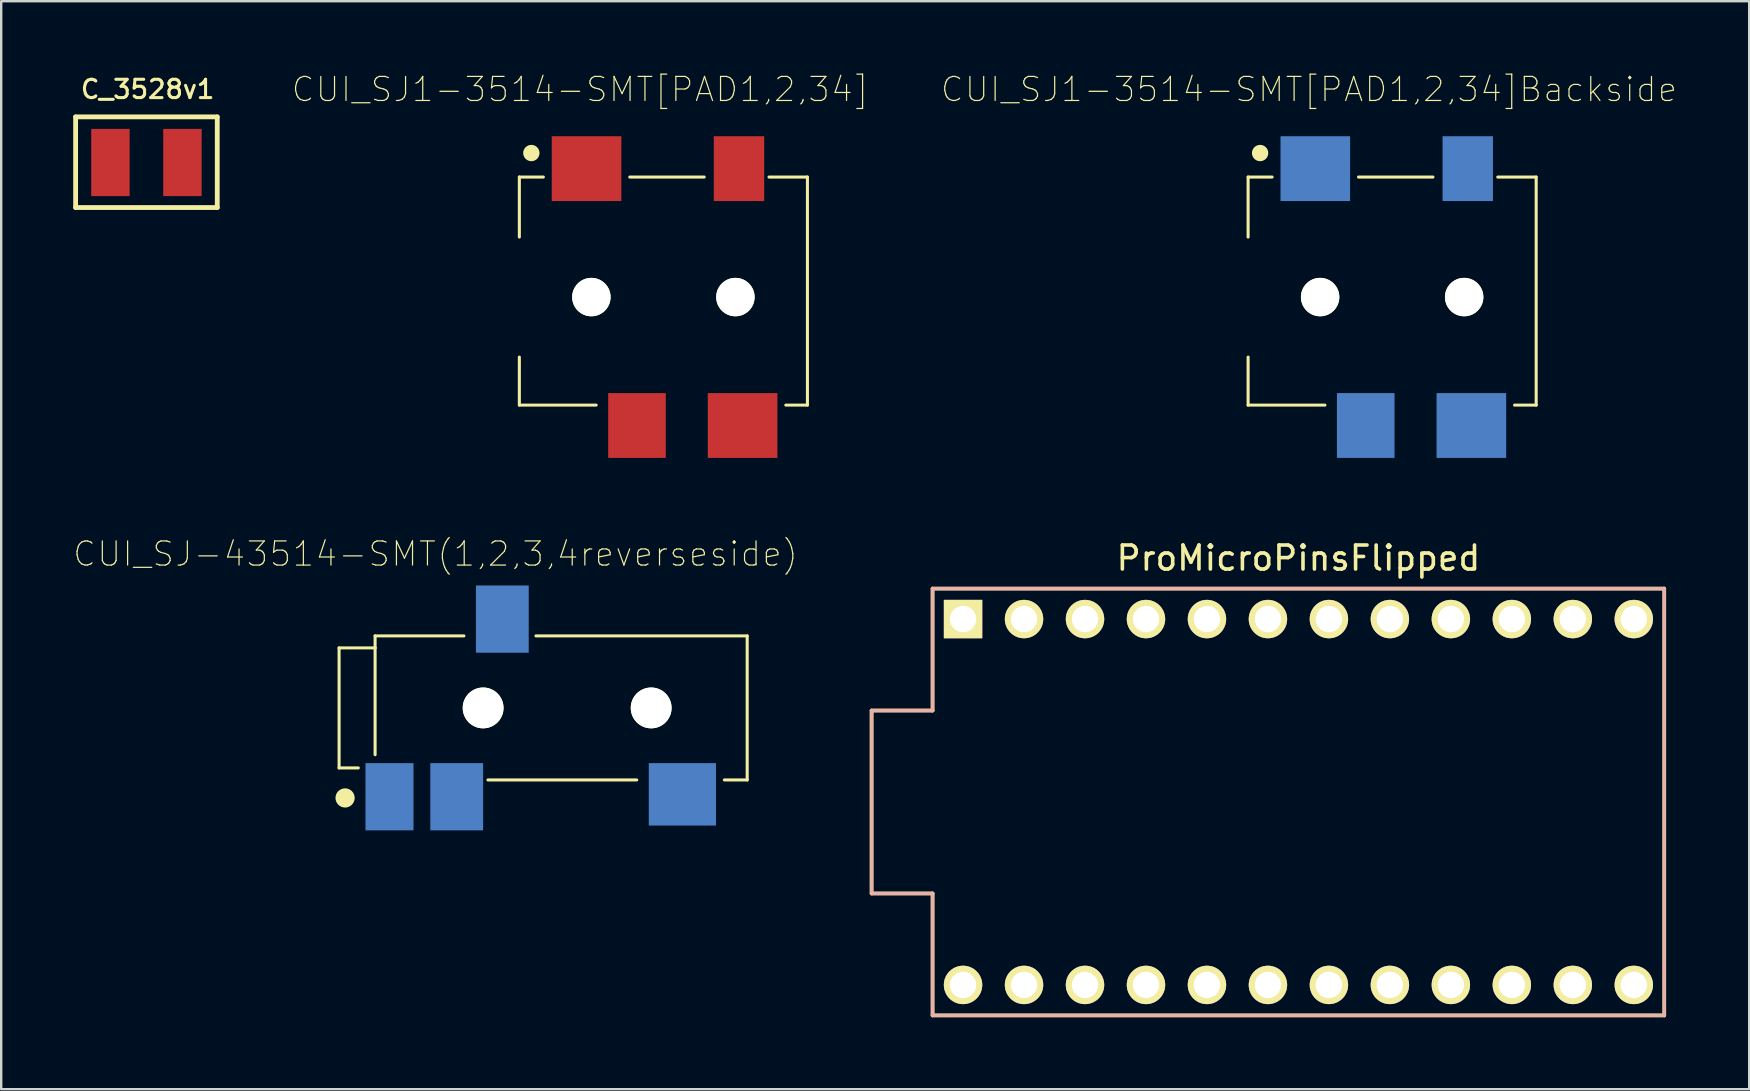
<source format=kicad_pcb>
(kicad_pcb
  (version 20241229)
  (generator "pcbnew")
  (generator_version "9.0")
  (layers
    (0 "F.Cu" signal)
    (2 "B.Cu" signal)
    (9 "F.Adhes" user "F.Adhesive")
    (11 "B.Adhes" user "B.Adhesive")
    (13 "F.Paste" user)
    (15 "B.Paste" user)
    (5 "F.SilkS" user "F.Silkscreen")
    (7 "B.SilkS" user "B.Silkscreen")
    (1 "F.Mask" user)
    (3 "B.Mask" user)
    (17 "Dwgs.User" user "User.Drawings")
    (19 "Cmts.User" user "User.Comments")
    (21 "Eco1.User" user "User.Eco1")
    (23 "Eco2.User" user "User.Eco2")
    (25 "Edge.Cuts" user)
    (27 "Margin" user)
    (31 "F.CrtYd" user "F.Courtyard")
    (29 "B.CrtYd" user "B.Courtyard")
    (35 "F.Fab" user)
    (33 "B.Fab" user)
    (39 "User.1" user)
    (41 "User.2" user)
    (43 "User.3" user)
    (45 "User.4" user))
  (footprint "CUI_SJ-43514-SMT(1,2,3,4reverseside)"
    (layer "F.Cu")
    (at 20.325 26.439)
    (property "Reference" "CUI_SJ-43514-SMT(1,2,3,4reverseside)" (at -5.234 -6.414 0) (layer "F.SilkS") (effects (font (size 1.005 1.005) (thickness 0.05))))
    (attr smd)
    (fp_line (start -9.25 -2.5) (end -9.25 2.5) (stroke (width 0.127) (type solid)) (layer "F.SilkS"))
    (fp_line (start -9.25 2.5) (end -8.45 2.5) (stroke (width 0.127) (type solid)) (layer "F.SilkS"))
    (fp_line (start -7.75 -3) (end -7.75 -2.5) (stroke (width 0.127) (type solid)) (layer "F.SilkS"))
    (fp_line (start -7.75 -2.5) (end -9.25 -2.5) (stroke (width 0.127) (type solid)) (layer "F.SilkS"))
    (fp_line (start -7.75 -2.5) (end -7.75 1.95) (stroke (width 0.127) (type solid)) (layer "F.SilkS"))
    (fp_line (start -4.05 -3) (end -7.75 -3) (stroke (width 0.127) (type solid)) (layer "F.SilkS"))
    (fp_line (start -3.05 3) (end 3.15 3) (stroke (width 0.127) (type solid)) (layer "F.SilkS"))
    (fp_line (start 6.8 3) (end 7.75 3) (stroke (width 0.127) (type solid)) (layer "F.SilkS"))
    (fp_line (start 7.75 -3) (end -1.05 -3) (stroke (width 0.127) (type solid)) (layer "F.SilkS"))
    (fp_line (start 7.75 -3) (end 7.75 3) (stroke (width 0.127) (type solid)) (layer "F.SilkS"))
    (fp_circle (center -9 3.75) (end -8.8 3.75) (stroke (width 0.4) (type solid)) (fill no) (layer "F.SilkS"))
    (fp_line (start -9.5 -2.75) (end -8 -2.75) (stroke (width 0.05) (type solid)) (layer "Eco1.User"))
    (fp_line (start -9.5 2.75) (end -9.5 -2.75) (stroke (width 0.05) (type solid)) (layer "Eco1.User"))
    (fp_line (start -8.5 2.75) (end -9.5 2.75) (stroke (width 0.05) (type solid)) (layer "Eco1.User"))
    (fp_line (start -8.5 5.5) (end -8.5 2.75) (stroke (width 0.05) (type solid)) (layer "Eco1.User"))
    (fp_line (start -8 -3.25) (end -3.8 -3.25) (stroke (width 0.05) (type solid)) (layer "Eco1.User"))
    (fp_line (start -8 -2.75) (end -8 -3.25) (stroke (width 0.05) (type solid)) (layer "Eco1.User"))
    (fp_line (start -3.8 -5.35) (end -1.1 -5.35) (stroke (width 0.05) (type solid)) (layer "Eco1.User"))
    (fp_line (start -3.8 -3.25) (end -3.8 -5.35) (stroke (width 0.05) (type solid)) (layer "Eco1.User"))
    (fp_line (start -3 3.25) (end -3 5.5) (stroke (width 0.05) (type solid)) (layer "Eco1.User"))
    (fp_line (start -3 5.5) (end -8.5 5.5) (stroke (width 0.05) (type solid)) (layer "Eco1.User"))
    (fp_line (start -1.1 -5.35) (end -1.1 -3.25) (stroke (width 0.05) (type solid)) (layer "Eco1.User"))
    (fp_line (start -1.1 -3.25) (end 8 -3.25) (stroke (width 0.05) (type solid)) (layer "Eco1.User"))
    (fp_line (start 3.25 3.25) (end -3 3.25) (stroke (width 0.05) (type solid)) (layer "Eco1.User"))
    (fp_line (start 3.25 5.5) (end 3.25 3.25) (stroke (width 0.05) (type solid)) (layer "Eco1.User"))
    (fp_line (start 6.75 3.25) (end 6.75 5.5) (stroke (width 0.05) (type solid)) (layer "Eco1.User"))
    (fp_line (start 6.75 5.5) (end 3.25 5.5) (stroke (width 0.05) (type solid)) (layer "Eco1.User"))
    (fp_line (start 8 -3.25) (end 8 3.25) (stroke (width 0.05) (type solid)) (layer "Eco1.User"))
    (fp_line (start 8 3.25) (end 6.75 3.25) (stroke (width 0.05) (type solid)) (layer "Eco1.User"))
    (fp_line (start -9.25 -2.5) (end -9.25 2.5) (stroke (width 0.127) (type solid)) (layer "Eco2.User"))
    (fp_line (start -9.25 2.5) (end -7.75 2.5) (stroke (width 0.127) (type solid)) (layer "Eco2.User"))
    (fp_line (start -7.75 -3) (end -7.75 -2.5) (stroke (width 0.127) (type solid)) (layer "Eco2.User"))
    (fp_line (start -7.75 -2.5) (end -9.25 -2.5) (stroke (width 0.127) (type solid)) (layer "Eco2.User"))
    (fp_line (start -7.75 -2.5) (end -7.75 2.5) (stroke (width 0.127) (type solid)) (layer "Eco2.User"))
    (fp_line (start -7.75 2.5) (end -7.75 3) (stroke (width 0.127) (type solid)) (layer "Eco2.User"))
    (fp_line (start -7.75 3) (end 7.75 3) (stroke (width 0.127) (type solid)) (layer "Eco2.User"))
    (fp_line (start 7.75 -3) (end -7.75 -3) (stroke (width 0.127) (type solid)) (layer "Eco2.User"))
    (fp_line (start 7.75 3) (end 7.75 -3) (stroke (width 0.127) (type solid)) (layer "Eco2.User"))
    (pad "" np_thru_hole circle (at -3.25 0) (size 1.7 1.7) (drill 1.7) (layers "*.Cu" "*.Mask" "F.SilkS"))
    (pad "" np_thru_hole circle (at 3.75 0) (size 1.7 1.7) (drill 1.7) (layers "*.Cu" "*.Mask" "F.SilkS"))
    (pad "1" smd rect (at -7.15 3.7 180) (size 2 2.8) (layers "B.Cu" "B.Mask" "B.Paste"))
    (pad "2" smd rect (at 5.05 3.6 180) (size 2.8 2.6) (layers "B.Cu" "B.Mask" "B.Paste"))
    (pad "3" smd rect (at -2.45 -3.7 180) (size 2.2 2.8) (layers "B.Cu" "B.Mask" "B.Paste"))
    (pad "4" smd rect (at -4.35 3.7 180) (size 2.2 2.8) (layers "B.Cu" "B.Mask" "B.Paste")))
  (footprint "CUI_SJ1-3514-SMT[PAD1,2,34]Backside"
    (layer "F.Cu")
    (at 53.441 9.325)
    (property "Reference" "CUI_SJ1-3514-SMT[PAD1,2,34]Backside" (at -1.964 -8.651 0) (layer "F.SilkS") (effects (font (size 1.002 1.002) (thickness 0.05))))
    (attr smd)
    (fp_line (start -4.5 -5) (end -4.5 -2.5) (stroke (width 0.127) (type solid)) (layer "F.SilkS"))
    (fp_line (start -4.5 4.5) (end -4.5 2.5) (stroke (width 0.127) (type solid)) (layer "F.SilkS"))
    (fp_line (start -3.5 -5) (end -4.5 -5) (stroke (width 0.127) (type solid)) (layer "F.SilkS"))
    (fp_line (start -1.3 4.5) (end -4.5 4.5) (stroke (width 0.127) (type solid)) (layer "F.SilkS"))
    (fp_line (start 0.1 -5) (end 3.2 -5) (stroke (width 0.127) (type solid)) (layer "F.SilkS"))
    (fp_line (start 5.9 -5) (end 7.5 -5) (stroke (width 0.127) (type solid)) (layer "F.SilkS"))
    (fp_line (start 7.5 -5) (end 7.5 4.5) (stroke (width 0.127) (type solid)) (layer "F.SilkS"))
    (fp_line (start 7.5 4.5) (end 6.6 4.5) (stroke (width 0.127) (type solid)) (layer "F.SilkS"))
    (fp_circle (center -4 -6) (end -3.83 -6) (stroke (width 0.34) (type solid)) (fill no) (layer "F.SilkS"))
    (fp_line (start -7.8 -2.8) (end -7.8 2.8) (stroke (width 0.05) (type solid)) (layer "Eco1.User"))
    (fp_line (start -7.8 2.8) (end -4.8 2.8) (stroke (width 0.05) (type solid)) (layer "Eco1.User"))
    (fp_line (start -4.8 -7) (end -4.8 -2.8) (stroke (width 0.05) (type solid)) (layer "Eco1.User"))
    (fp_line (start -4.8 -2.8) (end -7.8 -2.8) (stroke (width 0.05) (type solid)) (layer "Eco1.User"))
    (fp_line (start -4.8 2.8) (end -4.8 7) (stroke (width 0.05) (type solid)) (layer "Eco1.User"))
    (fp_line (start -4.8 7) (end 7.8 7) (stroke (width 0.05) (type solid)) (layer "Eco1.User"))
    (fp_line (start 7.8 -7) (end -4.8 -7) (stroke (width 0.05) (type solid)) (layer "Eco1.User"))
    (fp_line (start 7.8 7) (end 7.8 -7) (stroke (width 0.05) (type solid)) (layer "Eco1.User"))
    (fp_line (start -8.89 0) (end 8.89 0) (stroke (width 0.127) (type solid)) (layer "Eco2.User"))
    (fp_line (start -7.5 -2.5) (end -7.5 2.5) (stroke (width 0.127) (type solid)) (layer "Eco2.User"))
    (fp_line (start -7.5 2.5) (end -4.5 2.5) (stroke (width 0.127) (type solid)) (layer "Eco2.User"))
    (fp_line (start -4.5 -5) (end -4.5 -2.5) (stroke (width 0.127) (type solid)) (layer "Eco2.User"))
    (fp_line (start -4.5 -2.5) (end -7.5 -2.5) (stroke (width 0.127) (type solid)) (layer "Eco2.User"))
    (fp_line (start -4.5 2.5) (end -4.5 4.5) (stroke (width 0.127) (type solid)) (layer "Eco2.User"))
    (fp_line (start -4.5 4.5) (end 7.5 4.5) (stroke (width 0.127) (type solid)) (layer "Eco2.User"))
    (fp_line (start 7.5 -5) (end -4.5 -5) (stroke (width 0.127) (type solid)) (layer "Eco2.User"))
    (fp_line (start 7.5 4.5) (end 7.5 -5) (stroke (width 0.127) (type solid)) (layer "Eco2.User"))
    (pad "" np_thru_hole circle (at -1.5 0) (size 1.6 1.6) (drill 1.6) (layers "*.Cu" "*.Mask" "F.SilkS"))
    (pad "" np_thru_hole circle (at 4.5 0) (size 1.6 1.6) (drill 1.6) (layers "*.Cu" "*.Mask" "F.SilkS"))
    (pad "1" smd rect (at -1.7 -5.35) (size 2.9 2.7) (layers "B.Cu" "B.Mask" "B.Paste"))
    (pad "2" smd rect (at 0.4 5.35) (size 2.4 2.7) (layers "B.Cu" "B.Mask" "B.Paste"))
    (pad "3" smd rect (at 4.65 -5.35) (size 2.1 2.7) (layers "B.Cu" "B.Mask" "B.Paste"))
    (pad "4" smd rect (at 4.8 5.35) (size 2.9 2.7) (layers "B.Cu" "B.Mask" "B.Paste")))
  (footprint "CUI_SJ1-3514-SMT[PAD1,2,34]"
    (layer "F.Cu")
    (at 23.084 9.325)
    (property "Reference" "CUI_SJ1-3514-SMT[PAD1,2,34]" (at -1.964 -8.651 0) (layer "F.SilkS") (effects (font (size 1.002 1.002) (thickness 0.05))))
    (attr smd)
    (fp_line (start -4.5 -5) (end -4.5 -2.5) (stroke (width 0.127) (type solid)) (layer "F.SilkS"))
    (fp_line (start -4.5 4.5) (end -4.5 2.5) (stroke (width 0.127) (type solid)) (layer "F.SilkS"))
    (fp_line (start -3.5 -5) (end -4.5 -5) (stroke (width 0.127) (type solid)) (layer "F.SilkS"))
    (fp_line (start -1.3 4.5) (end -4.5 4.5) (stroke (width 0.127) (type solid)) (layer "F.SilkS"))
    (fp_line (start 0.1 -5) (end 3.2 -5) (stroke (width 0.127) (type solid)) (layer "F.SilkS"))
    (fp_line (start 5.9 -5) (end 7.5 -5) (stroke (width 0.127) (type solid)) (layer "F.SilkS"))
    (fp_line (start 7.5 -5) (end 7.5 4.5) (stroke (width 0.127) (type solid)) (layer "F.SilkS"))
    (fp_line (start 7.5 4.5) (end 6.6 4.5) (stroke (width 0.127) (type solid)) (layer "F.SilkS"))
    (fp_circle (center -4 -6) (end -3.83 -6) (stroke (width 0.34) (type solid)) (fill no) (layer "F.SilkS"))
    (fp_line (start -7.8 -2.8) (end -7.8 2.8) (stroke (width 0.05) (type solid)) (layer "Eco1.User"))
    (fp_line (start -7.8 2.8) (end -4.8 2.8) (stroke (width 0.05) (type solid)) (layer "Eco1.User"))
    (fp_line (start -4.8 -7) (end -4.8 -2.8) (stroke (width 0.05) (type solid)) (layer "Eco1.User"))
    (fp_line (start -4.8 -2.8) (end -7.8 -2.8) (stroke (width 0.05) (type solid)) (layer "Eco1.User"))
    (fp_line (start -4.8 2.8) (end -4.8 7) (stroke (width 0.05) (type solid)) (layer "Eco1.User"))
    (fp_line (start -4.8 7) (end 7.8 7) (stroke (width 0.05) (type solid)) (layer "Eco1.User"))
    (fp_line (start 7.8 -7) (end -4.8 -7) (stroke (width 0.05) (type solid)) (layer "Eco1.User"))
    (fp_line (start 7.8 7) (end 7.8 -7) (stroke (width 0.05) (type solid)) (layer "Eco1.User"))
    (fp_line (start -8.89 0) (end 8.89 0) (stroke (width 0.127) (type solid)) (layer "Eco2.User"))
    (fp_line (start -7.5 -2.5) (end -7.5 2.5) (stroke (width 0.127) (type solid)) (layer "Eco2.User"))
    (fp_line (start -7.5 2.5) (end -4.5 2.5) (stroke (width 0.127) (type solid)) (layer "Eco2.User"))
    (fp_line (start -4.5 -5) (end -4.5 -2.5) (stroke (width 0.127) (type solid)) (layer "Eco2.User"))
    (fp_line (start -4.5 -2.5) (end -7.5 -2.5) (stroke (width 0.127) (type solid)) (layer "Eco2.User"))
    (fp_line (start -4.5 2.5) (end -4.5 4.5) (stroke (width 0.127) (type solid)) (layer "Eco2.User"))
    (fp_line (start -4.5 4.5) (end 7.5 4.5) (stroke (width 0.127) (type solid)) (layer "Eco2.User"))
    (fp_line (start 7.5 -5) (end -4.5 -5) (stroke (width 0.127) (type solid)) (layer "Eco2.User"))
    (fp_line (start 7.5 4.5) (end 7.5 -5) (stroke (width 0.127) (type solid)) (layer "Eco2.User"))
    (pad "" np_thru_hole circle (at -1.5 0) (size 1.6 1.6) (drill 1.6) (layers "*.Cu" "*.Mask" "F.SilkS"))
    (pad "" np_thru_hole circle (at 4.5 0) (size 1.6 1.6) (drill 1.6) (layers "*.Cu" "*.Mask" "F.SilkS"))
    (pad "1" smd rect (at -1.7 -5.35) (size 2.9 2.7) (layers "F.Cu" "F.Mask" "F.Paste"))
    (pad "2" smd rect (at 0.4 5.35) (size 2.4 2.7) (layers "F.Cu" "F.Mask" "F.Paste"))
    (pad "3" smd rect (at 4.65 -5.35) (size 2.1 2.7) (layers "F.Cu" "F.Mask" "F.Paste"))
    (pad "4" smd rect (at 4.8 5.35) (size 2.9 2.7) (layers "F.Cu" "F.Mask" "F.Paste")))
  (footprint "C_3528v1"
    (layer "F.Cu")
    (at 3.05 3.719)
    (property "Reference" "C_3528v1" (at 0.05 -3.05 0) (layer "F.SilkS") (effects (font (size 0.762 0.762) (thickness 0.127))))
    (attr smd)
    (fp_line (start -2.95 -1.9) (end 2.95 -1.9) (stroke (width 0.2) (type solid)) (layer "F.SilkS"))
    (fp_line (start -2.95 1.875) (end -2.95 -1.9) (stroke (width 0.2) (type solid)) (layer "F.SilkS"))
    (fp_line (start 2.95 -1.9) (end 2.95 1.875) (stroke (width 0.2) (type solid)) (layer "F.SilkS"))
    (fp_line (start 2.95 1.875) (end -2.95 1.875) (stroke (width 0.2) (type solid)) (layer "F.SilkS"))
    (pad "1" smd rect (at -1.5 0 90) (size 2.8 1.6) (layers "F.Cu" "F.Mask" "F.Paste"))
    (pad "2" smd rect (at 1.5 0 90) (size 2.8 1.6) (layers "F.Cu" "F.Mask" "F.Paste")))
  (footprint "ProMicroPinsFlipped"
    (layer "F.Cu")
    (at 51.037 30.358)
    (property "Reference" "ProMicroPinsFlipped" (at 0 -10.16 0) (layer "F.SilkS") (effects (font (size 1 1) (thickness 0.15))))
    (attr through_hole)
    (fp_line (start -17.78 -3.81) (end -15.24 -3.81) (stroke (width 0.15) (type solid)) (layer "F.SilkS"))
    (fp_line (start -17.78 3.81) (end -17.78 -3.81) (stroke (width 0.15) (type solid)) (layer "F.SilkS"))
    (fp_line (start -15.24 -8.89) (end 15.24 -8.89) (stroke (width 0.15) (type solid)) (layer "F.SilkS"))
    (fp_line (start -15.24 -3.81) (end -15.24 -8.89) (stroke (width 0.15) (type solid)) (layer "F.SilkS"))
    (fp_line (start -15.24 3.81) (end -17.78 3.81) (stroke (width 0.15) (type solid)) (layer "F.SilkS"))
    (fp_line (start -15.24 8.89) (end -15.24 3.81) (stroke (width 0.15) (type solid)) (layer "F.SilkS"))
    (fp_line (start -15.24 8.89) (end 15.24 8.89) (stroke (width 0.15) (type solid)) (layer "F.SilkS"))
    (fp_line (start 15.24 -8.89) (end 15.24 8.89) (stroke (width 0.15) (type solid)) (layer "F.SilkS"))
    (fp_line (start -17.78 -3.81) (end -15.24 -3.81) (stroke (width 0.15) (type solid)) (layer "B.SilkS"))
    (fp_line (start -17.78 3.81) (end -17.78 -3.81) (stroke (width 0.15) (type solid)) (layer "B.SilkS"))
    (fp_line (start -15.24 -8.89) (end 15.24 -8.89) (stroke (width 0.15) (type solid)) (layer "B.SilkS"))
    (fp_line (start -15.24 -3.81) (end -15.24 -8.89) (stroke (width 0.15) (type solid)) (layer "B.SilkS"))
    (fp_line (start -15.24 3.81) (end -17.78 3.81) (stroke (width 0.15) (type solid)) (layer "B.SilkS"))
    (fp_line (start -15.24 8.89) (end -15.24 3.81) (stroke (width 0.15) (type solid)) (layer "B.SilkS"))
    (fp_line (start 15.24 -8.89) (end 15.24 8.89) (stroke (width 0.15) (type solid)) (layer "B.SilkS"))
    (fp_line (start 15.24 8.89) (end -15.24 8.89) (stroke (width 0.15) (type solid)) (layer "B.SilkS"))
    (pad "1" thru_hole rect (at -13.97 -7.62) (size 1.6 1.6) (drill 1.1) (layers "*.Cu" "*.Mask" "F.SilkS"))
    (pad "2" thru_hole circle (at -11.43 -7.62) (size 1.6 1.6) (drill 1.1) (layers "*.Cu" "*.Mask" "F.SilkS"))
    (pad "3" thru_hole circle (at -8.89 -7.62) (size 1.6 1.6) (drill 1.1) (layers "*.Cu" "*.Mask" "F.SilkS"))
    (pad "4" thru_hole circle (at -6.35 -7.62) (size 1.6 1.6) (drill 1.1) (layers "*.Cu" "*.Mask" "F.SilkS"))
    (pad "5" thru_hole circle (at -3.81 -7.62) (size 1.6 1.6) (drill 1.1) (layers "*.Cu" "*.Mask" "F.SilkS"))
    (pad "6" thru_hole circle (at -1.27 -7.62) (size 1.6 1.6) (drill 1.1) (layers "*.Cu" "*.Mask" "F.SilkS"))
    (pad "7" thru_hole circle (at 1.27 -7.62) (size 1.6 1.6) (drill 1.1) (layers "*.Cu" "*.Mask" "F.SilkS"))
    (pad "8" thru_hole circle (at 3.81 -7.62) (size 1.6 1.6) (drill 1.1) (layers "*.Cu" "*.Mask" "F.SilkS"))
    (pad "9" thru_hole circle (at 6.35 -7.62) (size 1.6 1.6) (drill 1.1) (layers "*.Cu" "*.Mask" "F.SilkS"))
    (pad "10" thru_hole circle (at 8.89 -7.62) (size 1.6 1.6) (drill 1.1) (layers "*.Cu" "*.Mask" "F.SilkS"))
    (pad "11" thru_hole circle (at 11.43 -7.62) (size 1.6 1.6) (drill 1.1) (layers "*.Cu" "*.Mask" "F.SilkS"))
    (pad "12" thru_hole circle (at 13.97 -7.62) (size 1.6 1.6) (drill 1.1) (layers "*.Cu" "*.Mask" "F.SilkS"))
    (pad "13" thru_hole circle (at 13.97 7.62) (size 1.6 1.6) (drill 1.1) (layers "*.Cu" "*.Mask" "F.SilkS"))
    (pad "14" thru_hole circle (at 11.43 7.62) (size 1.6 1.6) (drill 1.1) (layers "*.Cu" "*.Mask" "F.SilkS"))
    (pad "15" thru_hole circle (at 8.89 7.62) (size 1.6 1.6) (drill 1.1) (layers "*.Cu" "*.Mask" "F.SilkS"))
    (pad "16" thru_hole circle (at 6.35 7.62) (size 1.6 1.6) (drill 1.1) (layers "*.Cu" "*.Mask" "F.SilkS"))
    (pad "17" thru_hole circle (at 3.81 7.62) (size 1.6 1.6) (drill 1.1) (layers "*.Cu" "*.Mask" "F.SilkS"))
    (pad "18" thru_hole circle (at 1.27 7.62) (size 1.6 1.6) (drill 1.1) (layers "*.Cu" "*.Mask" "F.SilkS"))
    (pad "19" thru_hole circle (at -1.27 7.62) (size 1.6 1.6) (drill 1.1) (layers "*.Cu" "*.Mask" "F.SilkS"))
    (pad "20" thru_hole circle (at -3.81 7.62) (size 1.6 1.6) (drill 1.1) (layers "*.Cu" "*.Mask" "F.SilkS"))
    (pad "21" thru_hole circle (at -6.35 7.62) (size 1.6 1.6) (drill 1.1) (layers "*.Cu" "*.Mask" "F.SilkS"))
    (pad "22" thru_hole circle (at -8.89 7.62) (size 1.6 1.6) (drill 1.1) (layers "*.Cu" "*.Mask" "F.SilkS"))
    (pad "23" thru_hole circle (at -11.43 7.62) (size 1.6 1.6) (drill 1.1) (layers "*.Cu" "*.Mask" "F.SilkS"))
    (pad "24" thru_hole circle (at -13.97 7.62) (size 1.6 1.6) (drill 1.1) (layers "*.Cu" "*.Mask" "F.SilkS")))
  (gr_rect
    (start -3 -3)
    (end 69.814 42.323)
    (stroke (width 0.1) (type default))
    (fill no)
    (layer "Edge.Cuts")))
</source>
